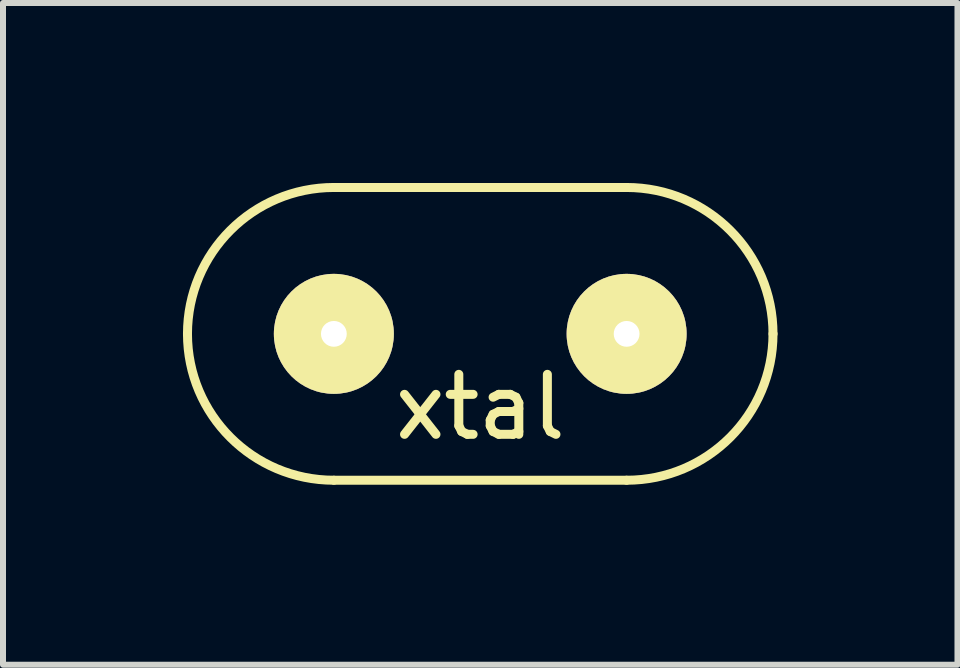
<source format=kicad_pcb>
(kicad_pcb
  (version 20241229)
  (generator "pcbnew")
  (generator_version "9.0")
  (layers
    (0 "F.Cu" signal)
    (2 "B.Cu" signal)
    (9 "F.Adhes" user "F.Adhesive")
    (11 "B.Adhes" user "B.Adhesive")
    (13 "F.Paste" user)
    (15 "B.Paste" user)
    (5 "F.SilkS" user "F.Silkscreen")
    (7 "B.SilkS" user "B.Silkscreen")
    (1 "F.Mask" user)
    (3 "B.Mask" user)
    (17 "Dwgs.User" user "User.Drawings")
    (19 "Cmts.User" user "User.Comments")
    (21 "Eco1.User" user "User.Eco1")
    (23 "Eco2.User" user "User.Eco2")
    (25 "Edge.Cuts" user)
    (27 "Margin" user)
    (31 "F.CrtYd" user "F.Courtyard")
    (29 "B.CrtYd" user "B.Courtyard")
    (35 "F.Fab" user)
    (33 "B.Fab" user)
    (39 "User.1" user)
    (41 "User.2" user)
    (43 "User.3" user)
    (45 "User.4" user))
  (footprint "xtal"
    (layer "F.Cu")
    (at 4.955 2.515)
    (property "Reference" "xtal" (at 0 1.22 0) (layer "F.SilkS") (effects (font (size 1 1) (thickness 0.15))))
    (attr through_hole)
    (fp_line (start -2.44 2.44) (end 2.44 2.44) (stroke (width 0.15) (type solid)) (layer "F.SilkS"))
    (fp_line (start 2.44 -2.44) (end -2.44 -2.44) (stroke (width 0.15) (type solid)) (layer "F.SilkS"))
    (fp_arc (start -4.88 0) (mid -4.165341 -1.725341) (end -2.44 -2.44) (stroke (width 0.15) (type solid)) (layer "F.SilkS"))
    (fp_arc (start -2.44 2.44) (mid -4.165341 1.725341) (end -4.88 0) (stroke (width 0.15) (type solid)) (layer "F.SilkS"))
    (fp_arc (start 2.44 -2.44) (mid 4.165341 -1.725341) (end 4.88 0) (stroke (width 0.15) (type solid)) (layer "F.SilkS"))
    (fp_arc (start 4.88 0) (mid 4.165341 1.725341) (end 2.44 2.44) (stroke (width 0.15) (type solid)) (layer "F.SilkS"))
    (pad "1" thru_hole circle (at -2.44 0) (size 2 2) (drill 0.43) (layers "*.Cu" "*.Mask" "F.SilkS"))
    (pad "2" thru_hole circle (at 2.44 0) (size 2 2) (drill 0.43) (layers "*.Cu" "*.Mask" "F.SilkS")))
  (gr_rect
    (start -3 -3)
    (end 12.91 8.03)
    (stroke (width 0.1) (type default))
    (fill no)
    (layer "Edge.Cuts")))
</source>
